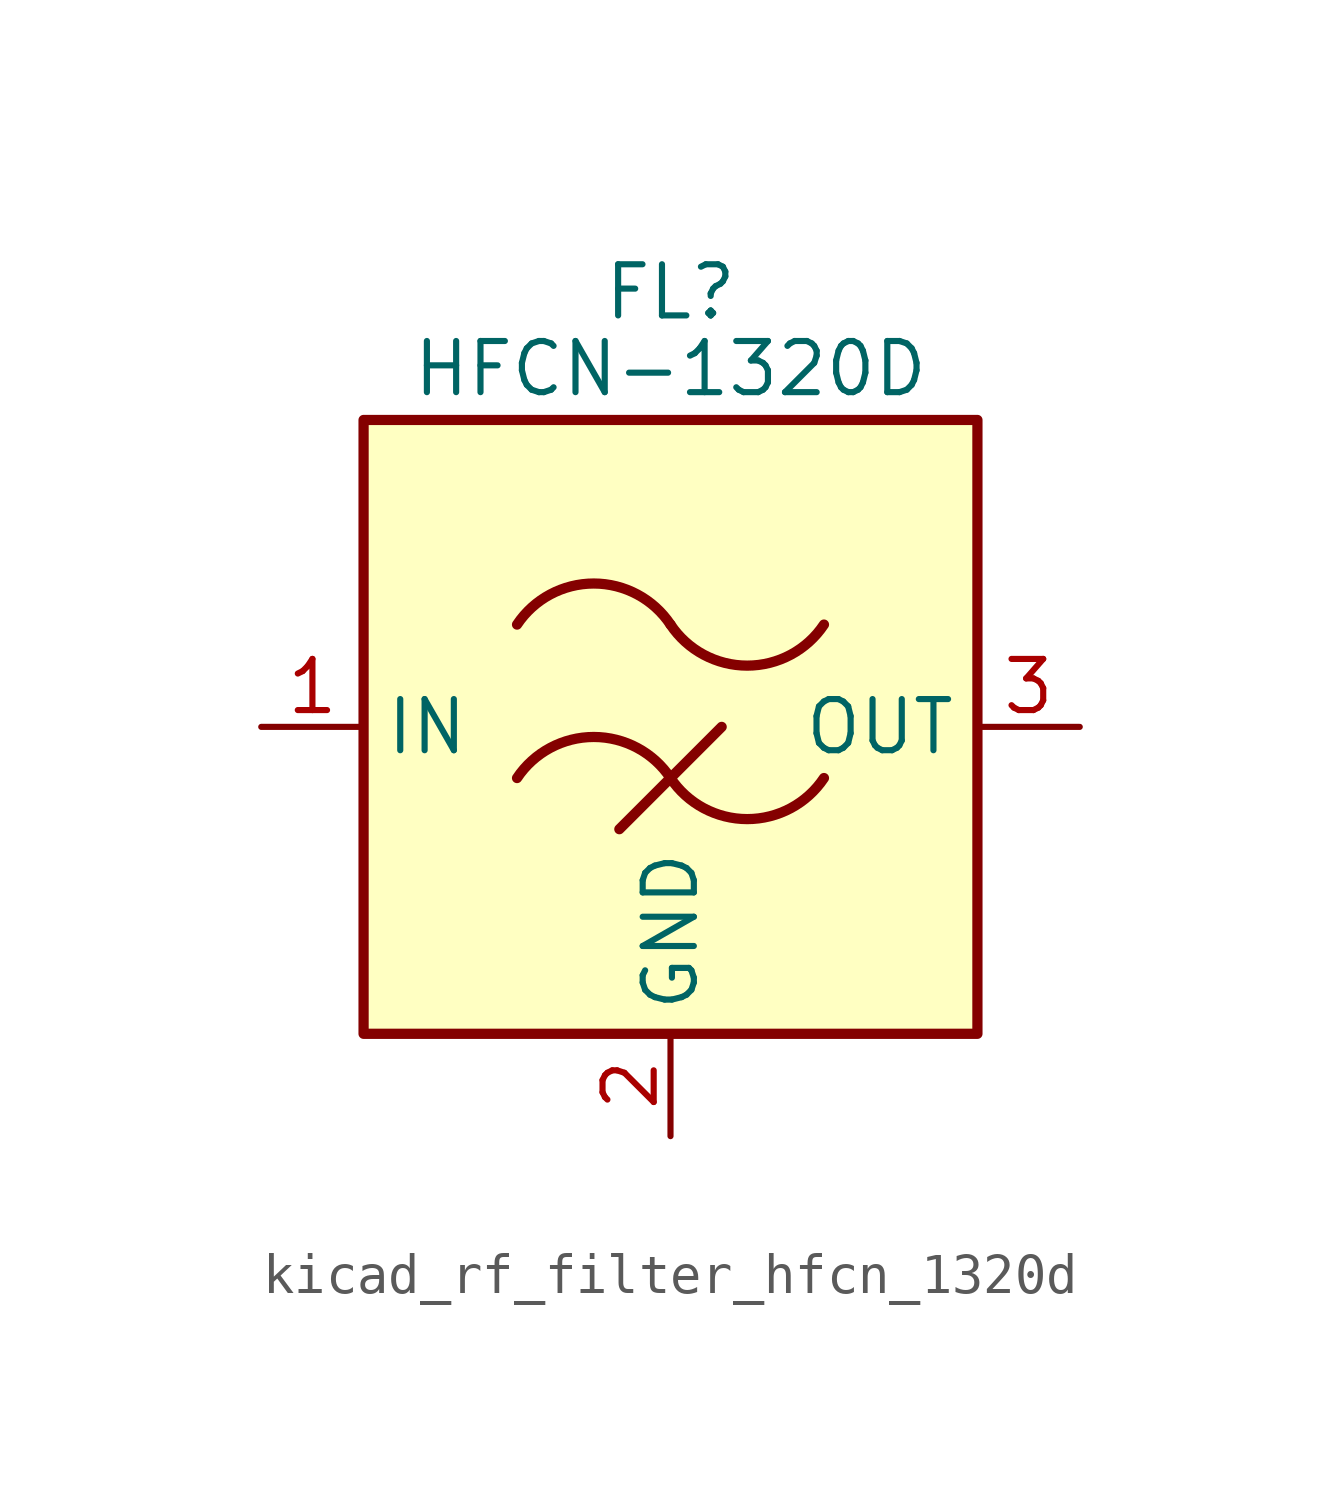
<source format=kicad_sym>
(kicad_symbol_lib
  (version 20220914)
  (generator kicad_symbol_editor)
  (symbol "kicad_rf_filter_hfcn_1320d"
    (property "Reference" "FL"
      (at 0 10.795 0)
      (effects (font (size 1.27 1.27))))
    (property "Value" "HFCN-1320D"
      (at 0 8.89 0)
      (effects (font (size 1.27 1.27))))
    (symbol "kicad_rf_filter_hfcn_1320d_0_1"
      (rectangle (start -7.62 7.62) (end 7.62 -7.62) (stroke (width 0.254) (type default)) (fill (type background)))
      (arc (start 0 -1.27) (mid -1.905 -0.2505) (end -3.81 -1.27) (stroke (width 0.254) (type default)) (fill (type none)))
      (arc (start 0 -1.27) (mid 1.905 -2.2895) (end 3.81 -1.27) (stroke (width 0.254) (type default)) (fill (type none)))
      (polyline (pts (xy -1.27 -2.54) (xy 1.27 0)) (stroke (width 0.254) (type default)) (fill (type none)))
      (arc (start 0 2.54) (mid -1.905 3.5595) (end -3.81 2.54) (stroke (width 0.254) (type default)) (fill (type none)))
      (arc (start 0 2.54) (mid 1.905 1.5205) (end 3.81 2.54) (stroke (width 0.254) (type default)) (fill (type none))))
    (symbol "kicad_rf_filter_hfcn_1320d_1_1"
      (pin passive line (at -10.16 0 0) (length 2.54) (name "IN" (effects (font (size 1.27 1.27)))) (number "1" (effects (font (size 1.27 1.27)))))
      (pin passive line (at 0 -10.16 90) (length 2.54) (name "GND" (effects (font (size 1.27 1.27)))) (number "2" (effects (font (size 1.27 1.27)))))
      (pin passive line (at 10.16 0 180) (length 2.54) (name "OUT" (effects (font (size 1.27 1.27)))) (number "3" (effects (font (size 1.27 1.27)))))
      (pin passive line (at 0 -10.16 90) (length 2.54) hide (name "GND" (effects (font (size 1.27 1.27)))) (number "4" (effects (font (size 1.27 1.27))))))))
</source>
